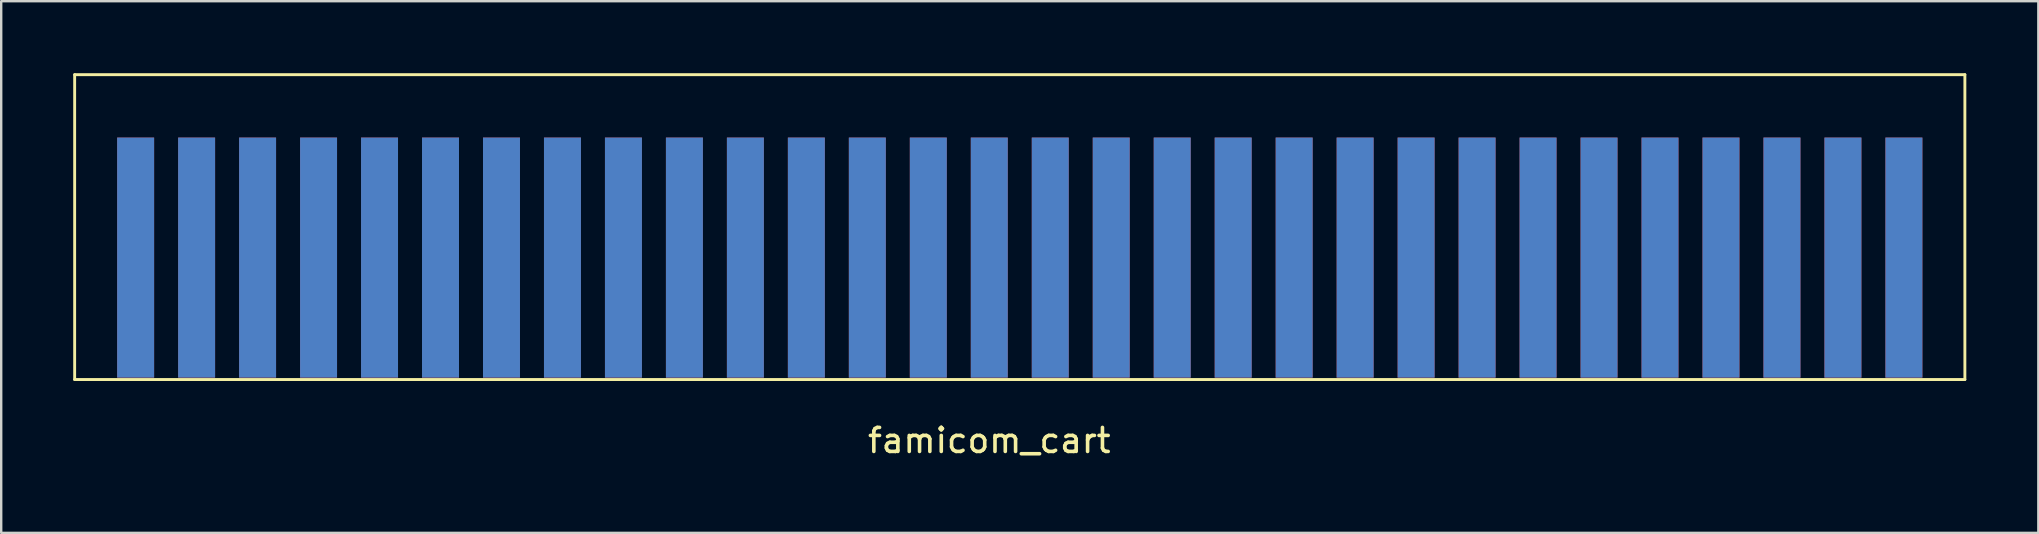
<source format=kicad_pcb>
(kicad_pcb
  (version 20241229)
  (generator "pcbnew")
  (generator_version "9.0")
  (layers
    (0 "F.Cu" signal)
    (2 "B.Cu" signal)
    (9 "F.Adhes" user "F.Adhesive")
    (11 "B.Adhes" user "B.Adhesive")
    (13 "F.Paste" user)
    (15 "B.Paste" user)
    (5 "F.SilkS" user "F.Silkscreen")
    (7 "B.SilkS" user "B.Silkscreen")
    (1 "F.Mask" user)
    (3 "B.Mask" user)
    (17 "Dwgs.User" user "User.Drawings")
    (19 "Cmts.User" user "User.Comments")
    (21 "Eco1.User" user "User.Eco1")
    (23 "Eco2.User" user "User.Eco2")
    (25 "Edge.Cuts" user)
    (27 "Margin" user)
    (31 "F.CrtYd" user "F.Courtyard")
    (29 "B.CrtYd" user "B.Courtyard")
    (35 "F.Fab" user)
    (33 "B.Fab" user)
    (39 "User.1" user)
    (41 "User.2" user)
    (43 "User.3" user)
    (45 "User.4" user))
  (footprint "famicom_cart"
    (layer "F.Cu")
    (at 5.14 12.76)
    (property "Reference" "famicom_cart" (at 33.02 2.54 0) (layer "F.SilkS") (effects (font (size 1 1) (thickness 0.15))))
    (attr through_hole)
    (fp_line (start -5.08 -12.7) (end 73.66 -12.7) (stroke (width 0.12) (type solid)) (layer "F.SilkS"))
    (fp_line (start -5.08 0) (end -5.08 -12.7) (stroke (width 0.12) (type solid)) (layer "F.SilkS"))
    (fp_line (start 73.66 -12.7) (end 73.66 0) (stroke (width 0.12) (type solid)) (layer "F.SilkS"))
    (fp_line (start 73.66 0) (end -5.08 0) (stroke (width 0.12) (type solid)) (layer "F.SilkS"))
    (pad "1" connect rect (at -2.54 -5.08) (size 1.54 10) (layers "F.Cu"))
    (pad "2" connect rect (at 0 -5.08) (size 1.54 10) (layers "F.Cu"))
    (pad "3" connect rect (at 2.54 -5.08) (size 1.54 10) (layers "F.Cu"))
    (pad "4" connect rect (at 5.08 -5.08) (size 1.54 10) (layers "F.Cu"))
    (pad "5" connect rect (at 7.62 -5.08) (size 1.54 10) (layers "F.Cu"))
    (pad "6" connect rect (at 10.16 -5.08) (size 1.54 10) (layers "F.Cu"))
    (pad "7" connect rect (at 12.7 -5.08) (size 1.54 10) (layers "F.Cu"))
    (pad "8" connect rect (at 15.24 -5.08) (size 1.54 10) (layers "F.Cu"))
    (pad "9" connect rect (at 17.78 -5.08) (size 1.54 10) (layers "F.Cu"))
    (pad "10" connect rect (at 20.32 -5.08) (size 1.54 10) (layers "F.Cu"))
    (pad "11" connect rect (at 22.86 -5.08) (size 1.54 10) (layers "F.Cu"))
    (pad "12" connect rect (at 25.4 -5.08) (size 1.54 10) (layers "F.Cu"))
    (pad "13" connect rect (at 27.94 -5.08) (size 1.54 10) (layers "F.Cu"))
    (pad "14" connect rect (at 30.48 -5.08) (size 1.54 10) (layers "F.Cu"))
    (pad "15" connect rect (at 33.02 -5.08) (size 1.54 10) (layers "F.Cu"))
    (pad "16" connect rect (at 35.56 -5.08) (size 1.54 10) (layers "F.Cu"))
    (pad "17" connect rect (at 38.1 -5.08) (size 1.54 10) (layers "F.Cu"))
    (pad "18" connect rect (at 40.64 -5.08) (size 1.54 10) (layers "F.Cu"))
    (pad "19" connect rect (at 43.18 -5.08) (size 1.54 10) (layers "F.Cu"))
    (pad "20" connect rect (at 45.72 -5.08) (size 1.54 10) (layers "F.Cu"))
    (pad "21" connect rect (at 48.26 -5.08) (size 1.54 10) (layers "F.Cu"))
    (pad "22" connect rect (at 50.8 -5.08) (size 1.54 10) (layers "F.Cu"))
    (pad "23" connect rect (at 53.34 -5.08) (size 1.54 10) (layers "F.Cu"))
    (pad "24" connect rect (at 55.88 -5.08) (size 1.54 10) (layers "F.Cu"))
    (pad "25" connect rect (at 58.42 -5.08) (size 1.54 10) (layers "F.Cu"))
    (pad "26" connect rect (at 60.96 -5.08) (size 1.54 10) (layers "F.Cu"))
    (pad "27" connect rect (at 63.5 -5.08) (size 1.54 10) (layers "F.Cu"))
    (pad "28" connect rect (at 66.04 -5.08) (size 1.54 10) (layers "F.Cu"))
    (pad "29" connect rect (at 68.58 -5.08) (size 1.54 10) (layers "F.Cu"))
    (pad "30" connect rect (at 71.12 -5.08) (size 1.54 10) (layers "F.Cu"))
    (pad "31" connect rect (at -2.54 -5.08) (size 1.54 10) (layers "B.Cu"))
    (pad "32" connect rect (at 0 -5.08) (size 1.54 10) (layers "B.Cu"))
    (pad "33" connect rect (at 2.54 -5.08) (size 1.54 10) (layers "B.Cu"))
    (pad "34" connect rect (at 5.08 -5.08) (size 1.54 10) (layers "B.Cu"))
    (pad "35" connect rect (at 7.62 -5.08) (size 1.54 10) (layers "B.Cu"))
    (pad "36" connect rect (at 10.16 -5.08) (size 1.54 10) (layers "B.Cu"))
    (pad "37" connect rect (at 12.7 -5.08) (size 1.54 10) (layers "B.Cu"))
    (pad "38" connect rect (at 15.24 -5.08) (size 1.54 10) (layers "B.Cu"))
    (pad "39" connect rect (at 17.78 -5.08) (size 1.54 10) (layers "B.Cu"))
    (pad "40" connect rect (at 20.32 -5.08) (size 1.54 10) (layers "B.Cu"))
    (pad "41" connect rect (at 22.86 -5.08) (size 1.54 10) (layers "B.Cu"))
    (pad "42" connect rect (at 25.4 -5.08) (size 1.54 10) (layers "B.Cu"))
    (pad "43" connect rect (at 27.94 -5.08) (size 1.54 10) (layers "B.Cu"))
    (pad "44" connect rect (at 30.48 -5.08) (size 1.54 10) (layers "B.Cu"))
    (pad "45" connect rect (at 33.02 -5.08) (size 1.54 10) (layers "B.Cu"))
    (pad "46" connect rect (at 35.56 -5.08) (size 1.54 10) (layers "B.Cu"))
    (pad "47" connect rect (at 38.1 -5.08) (size 1.54 10) (layers "B.Cu"))
    (pad "48" connect rect (at 40.64 -5.08) (size 1.54 10) (layers "B.Cu"))
    (pad "49" connect rect (at 43.18 -5.08) (size 1.54 10) (layers "B.Cu"))
    (pad "50" connect rect (at 45.72 -5.08) (size 1.54 10) (layers "B.Cu"))
    (pad "51" connect rect (at 48.26 -5.08) (size 1.54 10) (layers "B.Cu"))
    (pad "52" connect rect (at 50.8 -5.08) (size 1.54 10) (layers "B.Cu"))
    (pad "53" connect rect (at 53.34 -5.08) (size 1.54 10) (layers "B.Cu"))
    (pad "54" connect rect (at 55.88 -5.08) (size 1.54 10) (layers "B.Cu"))
    (pad "55" connect rect (at 58.42 -5.08) (size 1.54 10) (layers "B.Cu"))
    (pad "56" connect rect (at 60.96 -5.08) (size 1.54 10) (layers "B.Cu"))
    (pad "57" connect rect (at 63.5 -5.08) (size 1.54 10) (layers "B.Cu"))
    (pad "58" connect rect (at 66.04 -5.08) (size 1.54 10) (layers "B.Cu"))
    (pad "59" connect rect (at 68.58 -5.08) (size 1.54 10) (layers "B.Cu"))
    (pad "60" connect rect (at 71.12 -5.08) (size 1.54 10) (layers "B.Cu")))
  (gr_rect
    (start -3 -3)
    (end 81.86 19.148)
    (stroke (width 0.1) (type default))
    (fill no)
    (layer "Edge.Cuts")))
</source>
